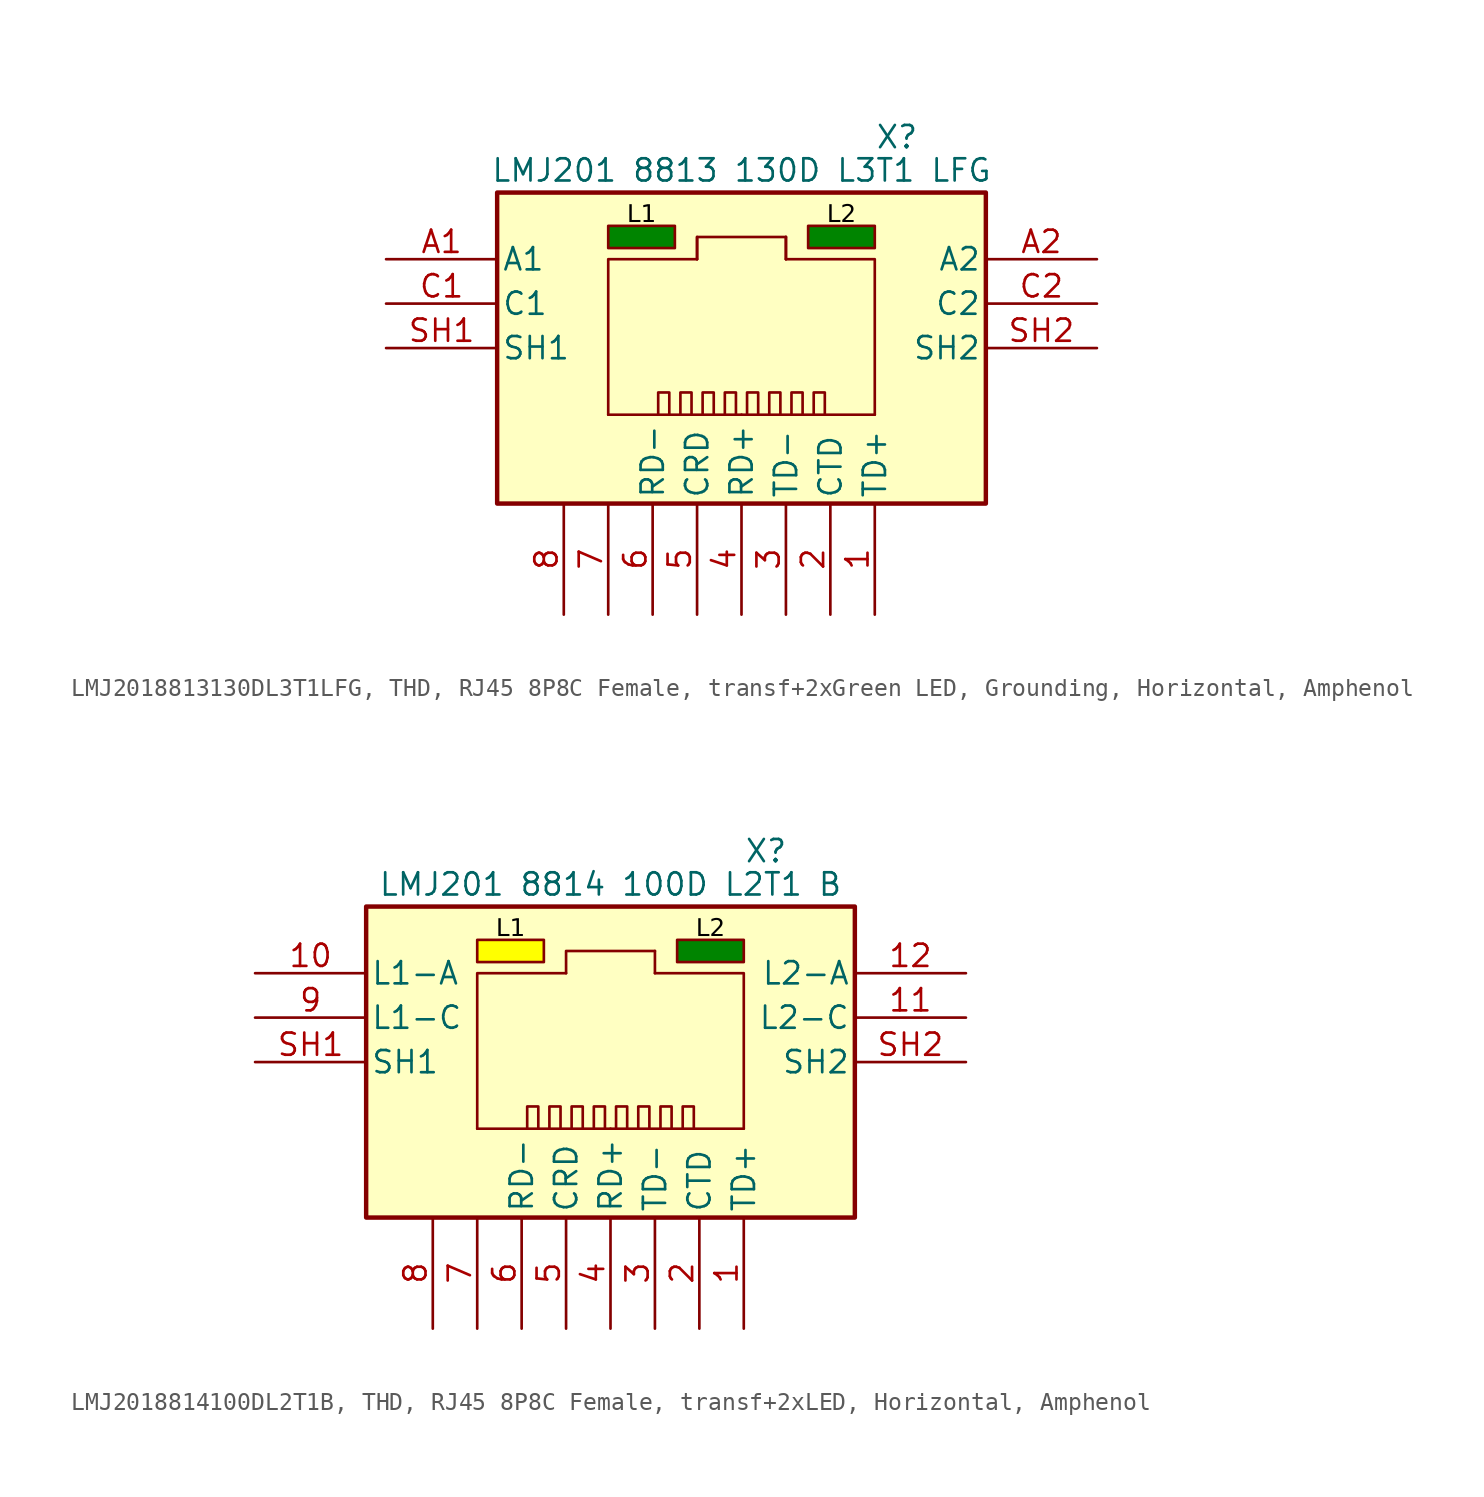
<source format=kicad_sym>
(kicad_symbol_lib
  (version 20241209)
  (generator "kicad_symbol_editor")
  (generator_version "9.0")
  (symbol "LMJ2018813130DL3T1LFG, THD, RJ45 8P8C Female, transf+2xGreen LED, Grounding, Horizontal, Amphenol"
    (pin_names
      (offset 0.254))
    (property "Reference" "X"
      (at 8.89 14.605 0)
      (effects (font (size 1.27 1.27))))
    (property "Value" "LMJ201 8813 130D L3T1 LFG"
      (at 0 12.7 0)
      (effects (font (size 1.27 1.27))))
    (property "Label" ""
      (at 0 0 0)
      (effects (font (size 1.27 1.27) (thickness 0.254) (bold yes))))
    (symbol "LMJ2018813130DL3T1LFG, THD, RJ45 8P8C Female, transf+2xGreen LED, Grounding, Horizontal, Amphenol_0_1"
      (polyline (pts (xy -7.62 -1.27) (xy 0 -1.27)) (stroke (width 0.152) (type default)) (fill (type none)))
      (polyline (pts (xy -4.128 -1.27) (xy -4.128 0) (xy -4.763 0) (xy -4.763 -1.27)) (stroke (width 0.152) (type default)) (fill (type none)))
      (polyline (pts (xy -2.857 -1.27) (xy -2.857 0) (xy -3.493 0) (xy -3.493 -1.27)) (stroke (width 0.152) (type default)) (fill (type none)))
      (rectangle (start -2.54 7.62) (end -2.54 8.89) (stroke (width 0.152) (type default)) (fill (type none)))
      (polyline (pts (xy -2.54 7.62) (xy -7.62 7.62) (xy -7.62 -1.27)) (stroke (width 0.152) (type default)) (fill (type none)))
      (polyline (pts (xy -1.587 -1.27) (xy -1.587 0) (xy -2.223 0) (xy -2.223 -1.27)) (stroke (width 0.152) (type default)) (fill (type none)))
      (polyline (pts (xy -0.318 -1.27) (xy -0.318 0) (xy -0.953 0) (xy -0.953 -1.27)) (stroke (width 0.152) (type default)) (fill (type none)))
      (polyline (pts (xy 0.318 -1.27) (xy 0.318 0) (xy 0.953 0) (xy 0.953 -1.27)) (stroke (width 0.152) (type default)) (fill (type none)))
      (polyline (pts (xy 1.587 -1.27) (xy 1.587 0) (xy 2.223 0) (xy 2.223 -1.27)) (stroke (width 0.152) (type default)) (fill (type none)))
      (polyline (pts (xy 2.54 8.89) (xy 2.54 7.62)) (stroke (width 0) (type default)) (fill (type none)))
      (polyline (pts (xy 2.54 8.89) (xy -2.54 8.89) (xy -2.54 7.62)) (stroke (width 0) (type default)) (fill (type none)))
      (rectangle (start 2.54 8.89) (end 2.54 7.62) (stroke (width 0.152) (type default)) (fill (type none)))
      (polyline (pts (xy 2.54 7.62) (xy 7.62 7.62) (xy 7.62 -1.27)) (stroke (width 0.152) (type default)) (fill (type none)))
      (polyline (pts (xy 2.857 -1.27) (xy 2.857 0) (xy 3.493 0) (xy 3.493 -1.27)) (stroke (width 0.152) (type default)) (fill (type none)))
      (polyline (pts (xy 4.128 -1.27) (xy 4.128 0) (xy 4.763 0) (xy 4.763 -1.27)) (stroke (width 0.152) (type default)) (fill (type none)))
      (polyline (pts (xy 7.62 -1.27) (xy 0 -1.27)) (stroke (width 0.152) (type default)) (fill (type none))))
    (symbol "LMJ2018813130DL3T1LFG, THD, RJ45 8P8C Female, transf+2xGreen LED, Grounding, Horizontal, Amphenol_1_1"
      (rectangle (start -13.97 11.43) (end 13.97 -6.35) (stroke (width 0.254) (type default)) (fill (type background)))
      (rectangle (start -7.62 9.525) (end -3.81 8.255) (stroke (width 0.152) (type default)) (fill (type color) (color 0 132 0 1)))
      (rectangle (start 3.81 9.525) (end 7.62 8.255) (stroke (width 0.152) (type default)) (fill (type color) (color 0 132 0 1)))
      (text "L1" (at -5.715 10.16 0) (effects (font (face "Calibri") (size 1 1) (color 0 0 0 1))))
      (text "L2" (at 5.715 10.16 0) (effects (font (face "Calibri") (size 1 1) (color 0 0 0 1))))
      (pin passive line (at -20.32 7.62 0) (length 6.35) (name "A1" (effects (font (size 1.27 1.27)))) (number "A1" (effects (font (size 1.27 1.27)))))
      (pin passive line (at -20.32 5.08 0) (length 6.35) (name "C1" (effects (font (size 1.27 1.27)))) (number "C1" (effects (font (size 1.27 1.27)))))
      (pin passive line (at -20.32 2.54 0) (length 6.35) (name "SH1" (effects (font (size 1.27 1.27)))) (number "SH1" (effects (font (size 1.27 1.27)))))
      (pin passive line (at -10.16 -12.7 90) (length 6.35) (name "" (effects (font (size 1.27 1.27)))) (number "8" (effects (font (size 1.27 1.27)))))
      (pin passive line (at -7.62 -12.7 90) (length 6.35) (name "" (effects (font (size 1.27 1.27)))) (number "7" (effects (font (size 1.27 1.27)))))
      (pin passive line (at -5.08 -12.7 90) (length 6.35) (name "RD-" (effects (font (size 1.27 1.27)))) (number "6" (effects (font (size 1.27 1.27)))))
      (pin passive line (at -2.54 -12.7 90) (length 6.35) (name "CRD" (effects (font (size 1.27 1.27)))) (number "5" (effects (font (size 1.27 1.27)))))
      (pin passive line (at 0 -12.7 90) (length 6.35) (name "RD+" (effects (font (size 1.27 1.27)))) (number "4" (effects (font (size 1.27 1.27)))))
      (pin passive line (at 2.54 -12.7 90) (length 6.35) (name "TD-" (effects (font (size 1.27 1.27)))) (number "3" (effects (font (size 1.27 1.27)))))
      (pin passive line (at 5.08 -12.7 90) (length 6.35) (name "CTD" (effects (font (size 1.27 1.27)))) (number "2" (effects (font (size 1.27 1.27)))))
      (pin passive line (at 7.62 -12.7 90) (length 6.35) (name "TD+" (effects (font (size 1.27 1.27)))) (number "1" (effects (font (size 1.27 1.27)))))
      (pin passive line (at 20.32 7.62 180) (length 6.35) (name "A2" (effects (font (size 1.27 1.27)))) (number "A2" (effects (font (size 1.27 1.27)))))
      (pin passive line (at 20.32 5.08 180) (length 6.35) (name "C2" (effects (font (size 1.27 1.27)))) (number "C2" (effects (font (size 1.27 1.27)))))
      (pin passive line (at 20.32 2.54 180) (length 6.35) (name "SH2" (effects (font (size 1.27 1.27)))) (number "SH2" (effects (font (size 1.27 1.27)))))))
  (symbol "LMJ2018814100DL2T1B, THD, RJ45 8P8C Female, transf+2xLED, Horizontal, Amphenol"
    (pin_names
      (offset 0.254))
    (property "Reference" "X"
      (at 8.89 14.605 0)
      (effects (font (size 1.27 1.27))))
    (property "Value" "LMJ201 8814 100D L2T1 B"
      (at 0 12.7 0)
      (effects (font (size 1.27 1.27))))
    (property "Label" ""
      (at 0 0 0)
      (effects (font (size 1.27 1.27) (thickness 0.254) (bold yes))))
    (symbol "LMJ2018814100DL2T1B, THD, RJ45 8P8C Female, transf+2xLED, Horizontal, Amphenol_0_1"
      (polyline (pts (xy -7.62 -1.27) (xy 0 -1.27)) (stroke (width 0.152) (type default)) (fill (type none)))
      (polyline (pts (xy -4.128 -1.27) (xy -4.128 0) (xy -4.763 0) (xy -4.763 -1.27)) (stroke (width 0.152) (type default)) (fill (type none)))
      (polyline (pts (xy -2.857 -1.27) (xy -2.857 0) (xy -3.493 0) (xy -3.493 -1.27)) (stroke (width 0.152) (type default)) (fill (type none)))
      (polyline (pts (xy -2.54 7.62) (xy -7.62 7.62) (xy -7.62 -1.27)) (stroke (width 0.152) (type default)) (fill (type none)))
      (polyline (pts (xy -1.587 -1.27) (xy -1.587 0) (xy -2.223 0) (xy -2.223 -1.27)) (stroke (width 0.152) (type default)) (fill (type none)))
      (polyline (pts (xy -0.318 -1.27) (xy -0.318 0) (xy -0.953 0) (xy -0.953 -1.27)) (stroke (width 0.152) (type default)) (fill (type none)))
      (polyline (pts (xy 0.318 -1.27) (xy 0.318 0) (xy 0.953 0) (xy 0.953 -1.27)) (stroke (width 0.152) (type default)) (fill (type none)))
      (polyline (pts (xy 1.587 -1.27) (xy 1.587 0) (xy 2.223 0) (xy 2.223 -1.27)) (stroke (width 0.152) (type default)) (fill (type none)))
      (polyline (pts (xy 2.54 8.89) (xy 2.54 7.62)) (stroke (width 0) (type default)) (fill (type none)))
      (polyline (pts (xy 2.54 8.89) (xy -2.54 8.89) (xy -2.54 7.62)) (stroke (width 0) (type default)) (fill (type none)))
      (polyline (pts (xy 2.54 7.62) (xy 7.62 7.62) (xy 7.62 -1.27)) (stroke (width 0.152) (type default)) (fill (type none)))
      (polyline (pts (xy 2.857 -1.27) (xy 2.857 0) (xy 3.493 0) (xy 3.493 -1.27)) (stroke (width 0.152) (type default)) (fill (type none)))
      (polyline (pts (xy 4.128 -1.27) (xy 4.128 0) (xy 4.763 0) (xy 4.763 -1.27)) (stroke (width 0.152) (type default)) (fill (type none)))
      (polyline (pts (xy 7.62 -1.27) (xy 0 -1.27)) (stroke (width 0.152) (type default)) (fill (type none))))
    (symbol "LMJ2018814100DL2T1B, THD, RJ45 8P8C Female, transf+2xLED, Horizontal, Amphenol_1_1"
      (rectangle (start -13.97 11.43) (end 13.97 -6.35) (stroke (width 0.254) (type default)) (fill (type background)))
      (rectangle (start -7.62 9.525) (end -3.81 8.255) (stroke (width 0.152) (type default)) (fill (type color) (color 255 255 0 1)))
      (rectangle (start 3.81 9.525) (end 7.62 8.255) (stroke (width 0.152) (type default)) (fill (type color) (color 0 132 0 1)))
      (text "L1" (at -5.715 10.16 0) (effects (font (face "Calibri") (size 1 1) (color 0 0 0 1))))
      (text "L2" (at 5.715 10.16 0) (effects (font (face "Calibri") (size 1 1) (color 0 0 0 1))))
      (pin passive line (at -20.32 7.62 0) (length 6.35) (name "L1-A" (effects (font (size 1.27 1.27)))) (number "10" (effects (font (size 1.27 1.27)))))
      (pin passive line (at -20.32 5.08 0) (length 6.35) (name "L1-C" (effects (font (size 1.27 1.27)))) (number "9" (effects (font (size 1.27 1.27)))))
      (pin passive line (at -20.32 2.54 0) (length 6.35) (name "SH1" (effects (font (size 1.27 1.27)))) (number "SH1" (effects (font (size 1.27 1.27)))))
      (pin passive line (at -10.16 -12.7 90) (length 6.35) (name "" (effects (font (size 1.27 1.27)))) (number "8" (effects (font (size 1.27 1.27)))))
      (pin passive line (at -7.62 -12.7 90) (length 6.35) (name "" (effects (font (size 1.27 1.27)))) (number "7" (effects (font (size 1.27 1.27)))))
      (pin passive line (at -5.08 -12.7 90) (length 6.35) (name "RD-" (effects (font (size 1.27 1.27)))) (number "6" (effects (font (size 1.27 1.27)))))
      (pin passive line (at -2.54 -12.7 90) (length 6.35) (name "CRD" (effects (font (size 1.27 1.27)))) (number "5" (effects (font (size 1.27 1.27)))))
      (pin passive line (at 0 -12.7 90) (length 6.35) (name "RD+" (effects (font (size 1.27 1.27)))) (number "4" (effects (font (size 1.27 1.27)))))
      (pin passive line (at 2.54 -12.7 90) (length 6.35) (name "TD-" (effects (font (size 1.27 1.27)))) (number "3" (effects (font (size 1.27 1.27)))))
      (pin passive line (at 5.08 -12.7 90) (length 6.35) (name "CTD" (effects (font (size 1.27 1.27)))) (number "2" (effects (font (size 1.27 1.27)))))
      (pin passive line (at 7.62 -12.7 90) (length 6.35) (name "TD+" (effects (font (size 1.27 1.27)))) (number "1" (effects (font (size 1.27 1.27)))))
      (pin passive line (at 20.32 7.62 180) (length 6.35) (name "L2-A" (effects (font (size 1.27 1.27)))) (number "12" (effects (font (size 1.27 1.27)))))
      (pin passive line (at 20.32 5.08 180) (length 6.35) (name "L2-C" (effects (font (size 1.27 1.27)))) (number "11" (effects (font (size 1.27 1.27)))))
      (pin passive line (at 20.32 2.54 180) (length 6.35) (name "SH2" (effects (font (size 1.27 1.27)))) (number "SH2" (effects (font (size 1.27 1.27))))))))
</source>
